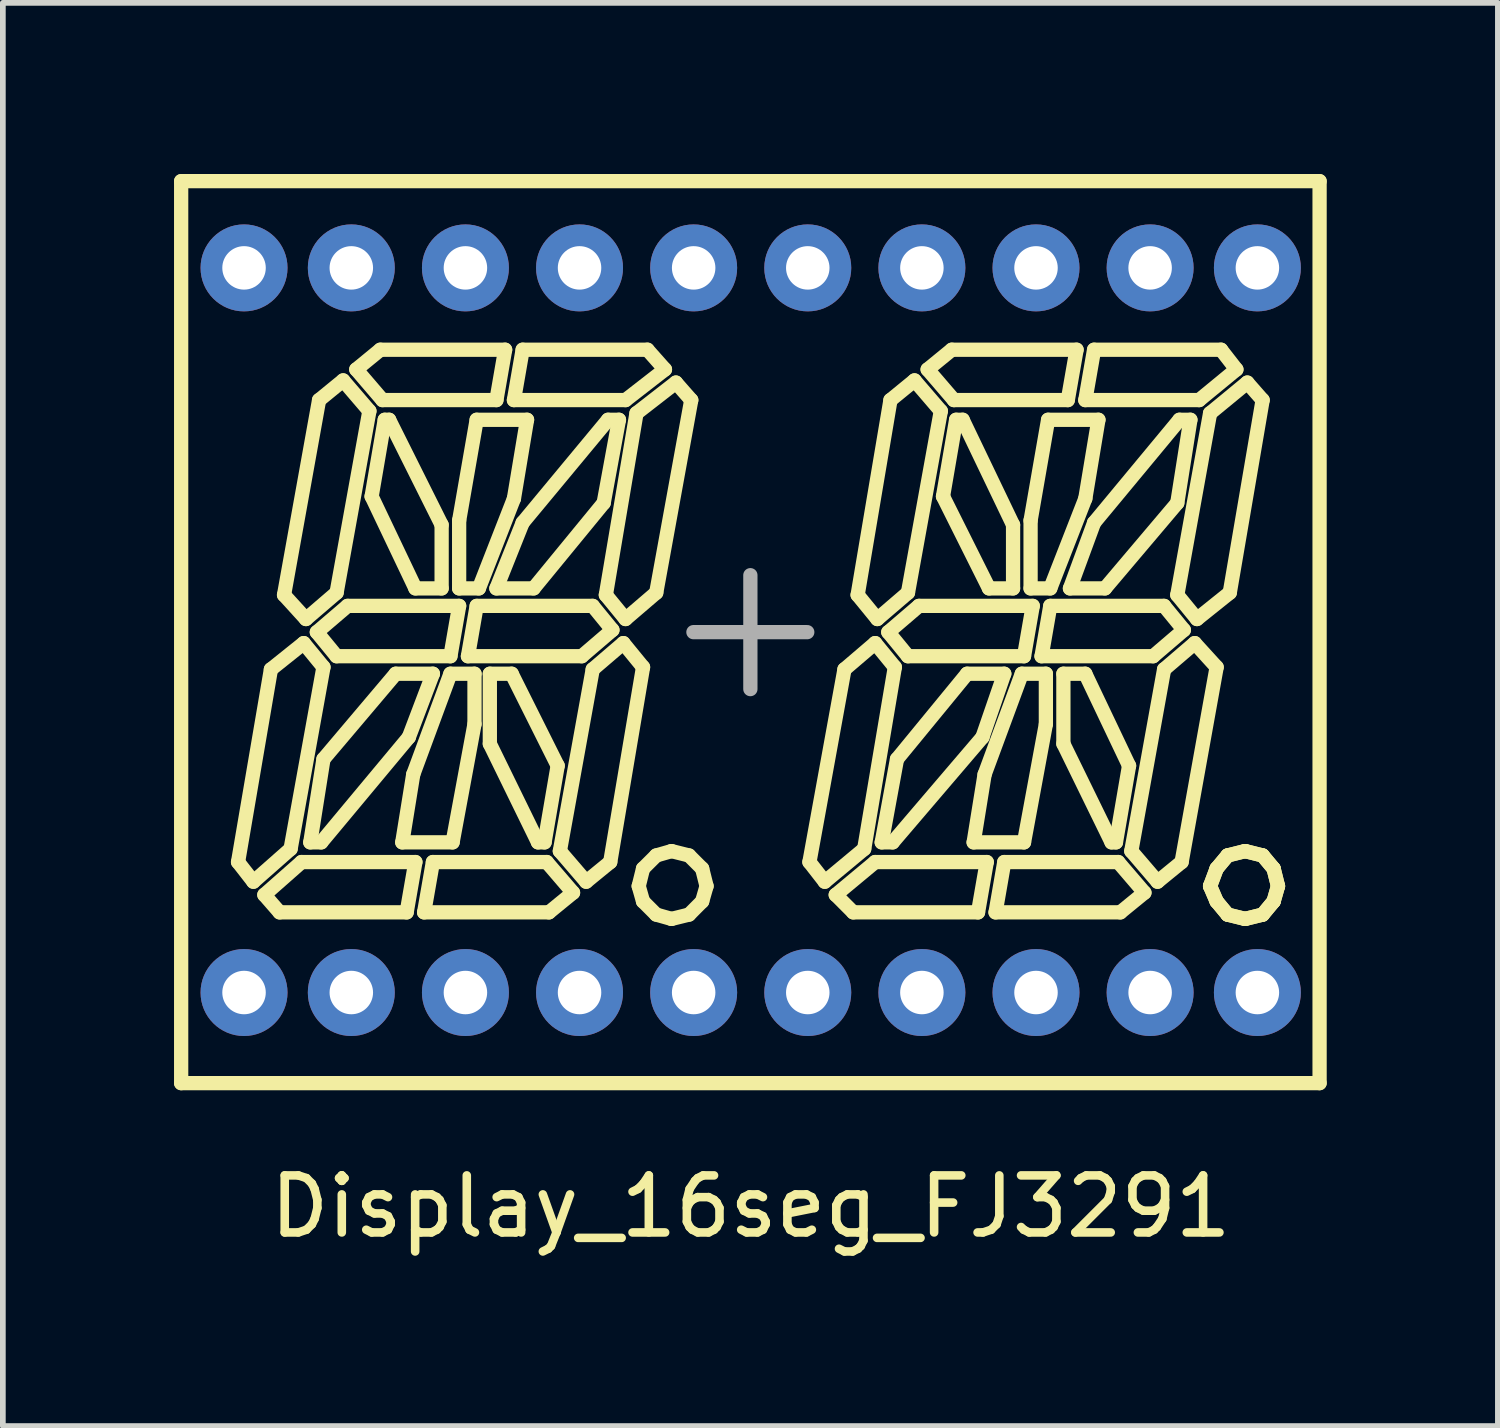
<source format=kicad_pcb>
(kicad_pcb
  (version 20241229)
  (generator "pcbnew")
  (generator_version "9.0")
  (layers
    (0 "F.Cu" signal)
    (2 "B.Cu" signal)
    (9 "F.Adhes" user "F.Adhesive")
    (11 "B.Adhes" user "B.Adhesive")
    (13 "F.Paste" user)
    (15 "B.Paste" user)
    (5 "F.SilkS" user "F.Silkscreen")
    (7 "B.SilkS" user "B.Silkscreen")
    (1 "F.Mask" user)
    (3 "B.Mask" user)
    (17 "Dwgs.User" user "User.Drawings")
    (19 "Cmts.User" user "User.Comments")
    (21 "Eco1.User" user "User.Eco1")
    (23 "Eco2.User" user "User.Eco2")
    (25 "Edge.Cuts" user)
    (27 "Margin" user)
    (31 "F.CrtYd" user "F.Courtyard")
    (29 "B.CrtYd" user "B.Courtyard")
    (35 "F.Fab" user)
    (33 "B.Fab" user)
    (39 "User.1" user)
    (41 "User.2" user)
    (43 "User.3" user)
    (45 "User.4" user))
  (footprint "Display_16seg_FJ3291"
    (layer "F.Cu")
    (at 10.107 7.995)
    (property "Reference" "Display_16seg_FJ3291" (at 0 10.1 0) (layer "F.SilkS") (effects (font (size 1 1) (thickness 0.15))))
    (attr through_hole)
    (fp_line (start -9.982 -7.87) (end 9.97 -7.87) (stroke (width 0.25) (type solid)) (layer "F.SilkS"))
    (fp_line (start -9.982 7.938) (end -9.982 -7.87) (stroke (width 0.25) (type solid)) (layer "F.SilkS"))
    (fp_line (start -8.716 4.408) (end -8.985 4.063) (stroke (width 0.25) (type solid)) (layer "F.SilkS"))
    (fp_line (start -8.409 0.686) (end -8.985 4.063) (stroke (width 0.25) (type solid)) (layer "F.SilkS"))
    (fp_line (start -8.409 0.686) (end -7.834 0.226) (stroke (width 0.25) (type solid)) (layer "F.SilkS"))
    (fp_line (start -8.256 4.945) (end -8.524 4.638) (stroke (width 0.25) (type solid)) (layer "F.SilkS"))
    (fp_line (start -8.256 4.945) (end -6.03 4.945) (stroke (width 0.25) (type solid)) (layer "F.SilkS"))
    (fp_line (start -8.064 3.833) (end -8.716 4.408) (stroke (width 0.25) (type solid)) (layer "F.SilkS"))
    (fp_line (start -8.064 3.833) (end -7.488 0.648) (stroke (width 0.25) (type solid)) (layer "F.SilkS"))
    (fp_line (start -7.872 4.063) (end -8.524 4.638) (stroke (width 0.25) (type solid)) (layer "F.SilkS"))
    (fp_line (start -7.834 0.226) (end -7.488 0.648) (stroke (width 0.25) (type solid)) (layer "F.SilkS"))
    (fp_line (start -7.795 -0.196) (end -8.179 -0.618) (stroke (width 0.25) (type solid)) (layer "F.SilkS"))
    (fp_line (start -7.604 0.034) (end -7.258 0.456) (stroke (width 0.25) (type solid)) (layer "F.SilkS"))
    (fp_line (start -7.604 0.034) (end -7.066 -0.426) (stroke (width 0.25) (type solid)) (layer "F.SilkS"))
    (fp_line (start -7.565 -4.033) (end -8.179 -0.618) (stroke (width 0.25) (type solid)) (layer "F.SilkS"))
    (fp_line (start -7.565 -4.033) (end -7.143 -4.378) (stroke (width 0.25) (type solid)) (layer "F.SilkS"))
    (fp_line (start -7.527 3.718) (end -7.719 3.718) (stroke (width 0.25) (type solid)) (layer "F.SilkS"))
    (fp_line (start -7.527 3.718) (end -5.992 1.876) (stroke (width 0.25) (type solid)) (layer "F.SilkS"))
    (fp_line (start -7.488 2.259) (end -7.719 3.718) (stroke (width 0.25) (type solid)) (layer "F.SilkS"))
    (fp_line (start -7.258 -0.657) (end -7.795 -0.196) (stroke (width 0.25) (type solid)) (layer "F.SilkS"))
    (fp_line (start -7.258 -0.657) (end -6.683 -3.841) (stroke (width 0.25) (type solid)) (layer "F.SilkS"))
    (fp_line (start -7.258 0.456) (end -5.263 0.456) (stroke (width 0.25) (type solid)) (layer "F.SilkS"))
    (fp_line (start -7.143 -4.378) (end -6.683 -3.841) (stroke (width 0.25) (type solid)) (layer "F.SilkS"))
    (fp_line (start -6.913 -4.57) (end -6.491 -4.916) (stroke (width 0.25) (type solid)) (layer "F.SilkS"))
    (fp_line (start -6.913 -4.57) (end -6.453 -4.033) (stroke (width 0.25) (type solid)) (layer "F.SilkS"))
    (fp_line (start -6.644 -2.345) (end -5.877 -0.733) (stroke (width 0.25) (type solid)) (layer "F.SilkS"))
    (fp_line (start -6.453 -4.033) (end -4.457 -4.033) (stroke (width 0.25) (type solid)) (layer "F.SilkS"))
    (fp_line (start -6.414 -3.688) (end -6.644 -2.345) (stroke (width 0.25) (type solid)) (layer "F.SilkS"))
    (fp_line (start -6.414 -3.688) (end -6.337 -3.688) (stroke (width 0.25) (type solid)) (layer "F.SilkS"))
    (fp_line (start -6.222 0.763) (end -7.488 2.259) (stroke (width 0.25) (type solid)) (layer "F.SilkS"))
    (fp_line (start -6.222 0.763) (end -5.57 0.763) (stroke (width 0.25) (type solid)) (layer "F.SilkS"))
    (fp_line (start -6.107 3.718) (end -5.225 3.718) (stroke (width 0.25) (type solid)) (layer "F.SilkS"))
    (fp_line (start -6.03 4.945) (end -5.877 4.063) (stroke (width 0.25) (type solid)) (layer "F.SilkS"))
    (fp_line (start -5.915 2.528) (end -6.107 3.718) (stroke (width 0.25) (type solid)) (layer "F.SilkS"))
    (fp_line (start -5.877 4.063) (end -7.872 4.063) (stroke (width 0.25) (type solid)) (layer "F.SilkS"))
    (fp_line (start -5.724 4.945) (end -3.536 4.945) (stroke (width 0.25) (type solid)) (layer "F.SilkS"))
    (fp_line (start -5.57 0.763) (end -5.992 1.876) (stroke (width 0.25) (type solid)) (layer "F.SilkS"))
    (fp_line (start -5.57 4.063) (end -5.724 4.945) (stroke (width 0.25) (type solid)) (layer "F.SilkS"))
    (fp_line (start -5.417 -1.846) (end -6.337 -3.688) (stroke (width 0.25) (type solid)) (layer "F.SilkS"))
    (fp_line (start -5.417 -0.733) (end -5.877 -0.733) (stroke (width 0.25) (type solid)) (layer "F.SilkS"))
    (fp_line (start -5.417 -0.733) (end -5.417 -1.846) (stroke (width 0.25) (type solid)) (layer "F.SilkS"))
    (fp_line (start -5.263 0.456) (end -5.11 -0.426) (stroke (width 0.25) (type solid)) (layer "F.SilkS"))
    (fp_line (start -5.263 0.763) (end -5.915 2.528) (stroke (width 0.25) (type solid)) (layer "F.SilkS"))
    (fp_line (start -5.225 3.718) (end -4.841 1.646) (stroke (width 0.25) (type solid)) (layer "F.SilkS"))
    (fp_line (start -5.11 -1.923) (end -5.11 -0.733) (stroke (width 0.25) (type solid)) (layer "F.SilkS"))
    (fp_line (start -5.11 -0.733) (end -4.764 -0.733) (stroke (width 0.25) (type solid)) (layer "F.SilkS"))
    (fp_line (start -5.11 -0.426) (end -7.066 -0.426) (stroke (width 0.25) (type solid)) (layer "F.SilkS"))
    (fp_line (start -4.956 0.456) (end -2.961 0.456) (stroke (width 0.25) (type solid)) (layer "F.SilkS"))
    (fp_line (start -4.841 0.763) (end -5.263 0.763) (stroke (width 0.25) (type solid)) (layer "F.SilkS"))
    (fp_line (start -4.841 1.646) (end -4.841 0.763) (stroke (width 0.25) (type solid)) (layer "F.SilkS"))
    (fp_line (start -4.803 -3.688) (end -5.11 -1.923) (stroke (width 0.25) (type solid)) (layer "F.SilkS"))
    (fp_line (start -4.803 -0.426) (end -4.956 0.456) (stroke (width 0.25) (type solid)) (layer "F.SilkS"))
    (fp_line (start -4.764 -0.733) (end -4.15 -2.306) (stroke (width 0.25) (type solid)) (layer "F.SilkS"))
    (fp_line (start -4.572 0.763) (end -4.572 1.991) (stroke (width 0.25) (type solid)) (layer "F.SilkS"))
    (fp_line (start -4.572 0.763) (end -4.189 0.763) (stroke (width 0.25) (type solid)) (layer "F.SilkS"))
    (fp_line (start -4.572 1.991) (end -3.728 3.718) (stroke (width 0.25) (type solid)) (layer "F.SilkS"))
    (fp_line (start -4.457 -4.033) (end -4.304 -4.916) (stroke (width 0.25) (type solid)) (layer "F.SilkS"))
    (fp_line (start -4.304 -4.916) (end -6.491 -4.916) (stroke (width 0.25) (type solid)) (layer "F.SilkS"))
    (fp_line (start -4.15 -4.033) (end -2.194 -4.033) (stroke (width 0.25) (type solid)) (layer "F.SilkS"))
    (fp_line (start -4.15 -2.306) (end -3.92 -3.688) (stroke (width 0.25) (type solid)) (layer "F.SilkS"))
    (fp_line (start -3.997 -4.916) (end -4.15 -4.033) (stroke (width 0.25) (type solid)) (layer "F.SilkS"))
    (fp_line (start -3.997 -1.884) (end -4.457 -0.733) (stroke (width 0.25) (type solid)) (layer "F.SilkS"))
    (fp_line (start -3.92 -3.688) (end -4.803 -3.688) (stroke (width 0.25) (type solid)) (layer "F.SilkS"))
    (fp_line (start -3.805 -0.733) (end -4.457 -0.733) (stroke (width 0.25) (type solid)) (layer "F.SilkS"))
    (fp_line (start -3.805 -0.733) (end -2.577 -2.23) (stroke (width 0.25) (type solid)) (layer "F.SilkS"))
    (fp_line (start -3.613 3.718) (end -3.728 3.718) (stroke (width 0.25) (type solid)) (layer "F.SilkS"))
    (fp_line (start -3.613 3.718) (end -3.383 2.375) (stroke (width 0.25) (type solid)) (layer "F.SilkS"))
    (fp_line (start -3.575 4.063) (end -5.57 4.063) (stroke (width 0.25) (type solid)) (layer "F.SilkS"))
    (fp_line (start -3.383 2.375) (end -4.189 0.763) (stroke (width 0.25) (type solid)) (layer "F.SilkS"))
    (fp_line (start -3.114 4.6) (end -3.575 4.063) (stroke (width 0.25) (type solid)) (layer "F.SilkS"))
    (fp_line (start -3.114 4.6) (end -3.536 4.945) (stroke (width 0.25) (type solid)) (layer "F.SilkS"))
    (fp_line (start -2.961 0.456) (end -2.424 -0.004) (stroke (width 0.25) (type solid)) (layer "F.SilkS"))
    (fp_line (start -2.884 4.408) (end -3.345 3.871) (stroke (width 0.25) (type solid)) (layer "F.SilkS"))
    (fp_line (start -2.769 -0.426) (end -4.803 -0.426) (stroke (width 0.25) (type solid)) (layer "F.SilkS"))
    (fp_line (start -2.769 0.686) (end -3.345 3.871) (stroke (width 0.25) (type solid)) (layer "F.SilkS"))
    (fp_line (start -2.769 0.686) (end -2.232 0.226) (stroke (width 0.25) (type solid)) (layer "F.SilkS"))
    (fp_line (start -2.577 -2.23) (end -2.309 -3.688) (stroke (width 0.25) (type solid)) (layer "F.SilkS"))
    (fp_line (start -2.5 -3.688) (end -3.997 -1.884) (stroke (width 0.25) (type solid)) (layer "F.SilkS"))
    (fp_line (start -2.5 -3.688) (end -2.309 -3.688) (stroke (width 0.25) (type solid)) (layer "F.SilkS"))
    (fp_line (start -2.462 4.063) (end -2.884 4.408) (stroke (width 0.25) (type solid)) (layer "F.SilkS"))
    (fp_line (start -2.462 4.063) (end -1.887 0.648) (stroke (width 0.25) (type solid)) (layer "F.SilkS"))
    (fp_line (start -2.424 -0.004) (end -2.769 -0.426) (stroke (width 0.25) (type solid)) (layer "F.SilkS"))
    (fp_line (start -2.232 0.226) (end -1.887 0.648) (stroke (width 0.25) (type solid)) (layer "F.SilkS"))
    (fp_line (start -2.194 -4.033) (end -1.503 -4.57) (stroke (width 0.25) (type solid)) (layer "F.SilkS"))
    (fp_line (start -2.194 -0.196) (end -2.539 -0.618) (stroke (width 0.25) (type solid)) (layer "F.SilkS"))
    (fp_line (start -2.002 -3.803) (end -2.539 -0.618) (stroke (width 0.25) (type solid)) (layer "F.SilkS"))
    (fp_line (start -2.002 -3.803) (end -1.311 -4.34) (stroke (width 0.25) (type solid)) (layer "F.SilkS"))
    (fp_line (start -1.963 4.485) (end -1.887 4.753) (stroke (width 0.25) (type solid)) (layer "F.SilkS"))
    (fp_line (start -1.887 4.178) (end -1.963 4.485) (stroke (width 0.25) (type solid)) (layer "F.SilkS"))
    (fp_line (start -1.887 4.753) (end -1.656 4.984) (stroke (width 0.25) (type solid)) (layer "F.SilkS"))
    (fp_line (start -1.81 -4.916) (end -3.997 -4.916) (stroke (width 0.25) (type solid)) (layer "F.SilkS"))
    (fp_line (start -1.81 -4.916) (end -1.503 -4.57) (stroke (width 0.25) (type solid)) (layer "F.SilkS"))
    (fp_line (start -1.656 -0.657) (end -2.194 -0.196) (stroke (width 0.25) (type solid)) (layer "F.SilkS"))
    (fp_line (start -1.656 -0.657) (end -1.042 -4.033) (stroke (width 0.25) (type solid)) (layer "F.SilkS"))
    (fp_line (start -1.656 3.948) (end -1.887 4.178) (stroke (width 0.25) (type solid)) (layer "F.SilkS"))
    (fp_line (start -1.656 4.984) (end -1.388 5.06) (stroke (width 0.25) (type solid)) (layer "F.SilkS"))
    (fp_line (start -1.388 3.871) (end -1.656 3.948) (stroke (width 0.25) (type solid)) (layer "F.SilkS"))
    (fp_line (start -1.388 5.06) (end -1.081 4.984) (stroke (width 0.25) (type solid)) (layer "F.SilkS"))
    (fp_line (start -1.311 -4.34) (end -1.042 -4.033) (stroke (width 0.25) (type solid)) (layer "F.SilkS"))
    (fp_line (start -1.081 3.948) (end -1.388 3.871) (stroke (width 0.25) (type solid)) (layer "F.SilkS"))
    (fp_line (start -1.081 4.984) (end -0.851 4.753) (stroke (width 0.25) (type solid)) (layer "F.SilkS"))
    (fp_line (start -0.851 4.178) (end -1.081 3.948) (stroke (width 0.25) (type solid)) (layer "F.SilkS"))
    (fp_line (start -0.851 4.753) (end -0.774 4.485) (stroke (width 0.25) (type solid)) (layer "F.SilkS"))
    (fp_line (start -0.774 4.485) (end -0.851 4.178) (stroke (width 0.25) (type solid)) (layer "F.SilkS"))
    (fp_line (start 1.298 4.408) (end 1.029 4.063) (stroke (width 0.25) (type solid)) (layer "F.SilkS"))
    (fp_line (start 1.643 0.686) (end 1.029 4.063) (stroke (width 0.25) (type solid)) (layer "F.SilkS"))
    (fp_line (start 1.643 0.686) (end 2.181 0.226) (stroke (width 0.25) (type solid)) (layer "F.SilkS"))
    (fp_line (start 1.797 4.945) (end 1.49 4.638) (stroke (width 0.25) (type solid)) (layer "F.SilkS"))
    (fp_line (start 1.797 4.945) (end 3.984 4.945) (stroke (width 0.25) (type solid)) (layer "F.SilkS"))
    (fp_line (start 1.989 3.833) (end 1.298 4.408) (stroke (width 0.25) (type solid)) (layer "F.SilkS"))
    (fp_line (start 1.989 3.833) (end 2.526 0.648) (stroke (width 0.25) (type solid)) (layer "F.SilkS"))
    (fp_line (start 2.181 0.226) (end 2.526 0.648) (stroke (width 0.25) (type solid)) (layer "F.SilkS"))
    (fp_line (start 2.181 4.063) (end 1.49 4.638) (stroke (width 0.25) (type solid)) (layer "F.SilkS"))
    (fp_line (start 2.219 -0.196) (end 1.874 -0.618) (stroke (width 0.25) (type solid)) (layer "F.SilkS"))
    (fp_line (start 2.411 0.034) (end 2.756 0.456) (stroke (width 0.25) (type solid)) (layer "F.SilkS"))
    (fp_line (start 2.411 0.034) (end 2.948 -0.426) (stroke (width 0.25) (type solid)) (layer "F.SilkS"))
    (fp_line (start 2.449 -4.033) (end 1.874 -0.618) (stroke (width 0.25) (type solid)) (layer "F.SilkS"))
    (fp_line (start 2.449 -4.033) (end 2.871 -4.378) (stroke (width 0.25) (type solid)) (layer "F.SilkS"))
    (fp_line (start 2.488 3.718) (end 2.296 3.718) (stroke (width 0.25) (type solid)) (layer "F.SilkS"))
    (fp_line (start 2.488 3.718) (end 4.061 1.876) (stroke (width 0.25) (type solid)) (layer "F.SilkS"))
    (fp_line (start 2.564 2.259) (end 2.296 3.718) (stroke (width 0.25) (type solid)) (layer "F.SilkS"))
    (fp_line (start 2.756 -0.657) (end 2.219 -0.196) (stroke (width 0.25) (type solid)) (layer "F.SilkS"))
    (fp_line (start 2.756 -0.657) (end 3.332 -3.841) (stroke (width 0.25) (type solid)) (layer "F.SilkS"))
    (fp_line (start 2.756 0.456) (end 4.79 0.456) (stroke (width 0.25) (type solid)) (layer "F.SilkS"))
    (fp_line (start 2.871 -4.378) (end 3.332 -3.841) (stroke (width 0.25) (type solid)) (layer "F.SilkS"))
    (fp_line (start 3.101 -4.57) (end 3.524 -4.916) (stroke (width 0.25) (type solid)) (layer "F.SilkS"))
    (fp_line (start 3.101 -4.57) (end 3.562 -4.033) (stroke (width 0.25) (type solid)) (layer "F.SilkS"))
    (fp_line (start 3.37 -2.345) (end 4.176 -0.733) (stroke (width 0.25) (type solid)) (layer "F.SilkS"))
    (fp_line (start 3.562 -4.033) (end 5.557 -4.033) (stroke (width 0.25) (type solid)) (layer "F.SilkS"))
    (fp_line (start 3.6 -3.688) (end 3.37 -2.345) (stroke (width 0.25) (type solid)) (layer "F.SilkS"))
    (fp_line (start 3.6 -3.688) (end 3.715 -3.688) (stroke (width 0.25) (type solid)) (layer "F.SilkS"))
    (fp_line (start 3.792 0.763) (end 2.564 2.259) (stroke (width 0.25) (type solid)) (layer "F.SilkS"))
    (fp_line (start 3.792 0.763) (end 4.444 0.763) (stroke (width 0.25) (type solid)) (layer "F.SilkS"))
    (fp_line (start 3.907 3.718) (end 4.099 2.528) (stroke (width 0.25) (type solid)) (layer "F.SilkS"))
    (fp_line (start 3.907 3.718) (end 4.79 3.718) (stroke (width 0.25) (type solid)) (layer "F.SilkS"))
    (fp_line (start 3.984 4.945) (end 4.137 4.063) (stroke (width 0.25) (type solid)) (layer "F.SilkS"))
    (fp_line (start 4.099 2.528) (end 4.751 0.763) (stroke (width 0.25) (type solid)) (layer "F.SilkS"))
    (fp_line (start 4.137 4.063) (end 2.181 4.063) (stroke (width 0.25) (type solid)) (layer "F.SilkS"))
    (fp_line (start 4.291 4.945) (end 6.478 4.945) (stroke (width 0.25) (type solid)) (layer "F.SilkS"))
    (fp_line (start 4.444 0.763) (end 4.061 1.876) (stroke (width 0.25) (type solid)) (layer "F.SilkS"))
    (fp_line (start 4.444 4.063) (end 4.291 4.945) (stroke (width 0.25) (type solid)) (layer "F.SilkS"))
    (fp_line (start 4.598 -1.846) (end 3.715 -3.688) (stroke (width 0.25) (type solid)) (layer "F.SilkS"))
    (fp_line (start 4.598 -1.846) (end 4.598 -0.733) (stroke (width 0.25) (type solid)) (layer "F.SilkS"))
    (fp_line (start 4.598 -0.733) (end 4.176 -0.733) (stroke (width 0.25) (type solid)) (layer "F.SilkS"))
    (fp_line (start 4.79 0.456) (end 4.943 -0.426) (stroke (width 0.25) (type solid)) (layer "F.SilkS"))
    (fp_line (start 4.79 3.718) (end 5.173 1.646) (stroke (width 0.25) (type solid)) (layer "F.SilkS"))
    (fp_line (start 4.905 -1.923) (end 4.905 -0.733) (stroke (width 0.25) (type solid)) (layer "F.SilkS"))
    (fp_line (start 4.905 -0.733) (end 5.25 -0.733) (stroke (width 0.25) (type solid)) (layer "F.SilkS"))
    (fp_line (start 4.943 -0.426) (end 2.948 -0.426) (stroke (width 0.25) (type solid)) (layer "F.SilkS"))
    (fp_line (start 5.097 0.456) (end 7.053 0.456) (stroke (width 0.25) (type solid)) (layer "F.SilkS"))
    (fp_line (start 5.173 0.763) (end 4.751 0.763) (stroke (width 0.25) (type solid)) (layer "F.SilkS"))
    (fp_line (start 5.173 1.646) (end 5.173 0.763) (stroke (width 0.25) (type solid)) (layer "F.SilkS"))
    (fp_line (start 5.212 -3.688) (end 4.905 -1.923) (stroke (width 0.25) (type solid)) (layer "F.SilkS"))
    (fp_line (start 5.25 -0.733) (end 5.864 -2.306) (stroke (width 0.25) (type solid)) (layer "F.SilkS"))
    (fp_line (start 5.25 -0.426) (end 5.097 0.456) (stroke (width 0.25) (type solid)) (layer "F.SilkS"))
    (fp_line (start 5.48 0.763) (end 5.864 0.763) (stroke (width 0.25) (type solid)) (layer "F.SilkS"))
    (fp_line (start 5.48 1.991) (end 5.48 0.763) (stroke (width 0.25) (type solid)) (layer "F.SilkS"))
    (fp_line (start 5.48 1.991) (end 6.324 3.718) (stroke (width 0.25) (type solid)) (layer "F.SilkS"))
    (fp_line (start 5.557 -4.033) (end 5.711 -4.916) (stroke (width 0.25) (type solid)) (layer "F.SilkS"))
    (fp_line (start 5.595 -0.733) (end 6.018 -1.884) (stroke (width 0.25) (type solid)) (layer "F.SilkS"))
    (fp_line (start 5.711 -4.916) (end 3.524 -4.916) (stroke (width 0.25) (type solid)) (layer "F.SilkS"))
    (fp_line (start 5.864 -4.033) (end 7.859 -4.033) (stroke (width 0.25) (type solid)) (layer "F.SilkS"))
    (fp_line (start 5.864 -2.306) (end 6.094 -3.688) (stroke (width 0.25) (type solid)) (layer "F.SilkS"))
    (fp_line (start 6.018 -4.916) (end 5.864 -4.033) (stroke (width 0.25) (type solid)) (layer "F.SilkS"))
    (fp_line (start 6.094 -3.688) (end 5.212 -3.688) (stroke (width 0.25) (type solid)) (layer "F.SilkS"))
    (fp_line (start 6.209 -0.733) (end 5.595 -0.733) (stroke (width 0.25) (type solid)) (layer "F.SilkS"))
    (fp_line (start 6.209 -0.733) (end 7.476 -2.23) (stroke (width 0.25) (type solid)) (layer "F.SilkS"))
    (fp_line (start 6.401 3.718) (end 6.324 3.718) (stroke (width 0.25) (type solid)) (layer "F.SilkS"))
    (fp_line (start 6.401 3.718) (end 6.631 2.375) (stroke (width 0.25) (type solid)) (layer "F.SilkS"))
    (fp_line (start 6.44 4.063) (end 4.444 4.063) (stroke (width 0.25) (type solid)) (layer "F.SilkS"))
    (fp_line (start 6.631 2.375) (end 5.864 0.763) (stroke (width 0.25) (type solid)) (layer "F.SilkS"))
    (fp_line (start 6.9 4.6) (end 6.44 4.063) (stroke (width 0.25) (type solid)) (layer "F.SilkS"))
    (fp_line (start 6.9 4.6) (end 6.478 4.945) (stroke (width 0.25) (type solid)) (layer "F.SilkS"))
    (fp_line (start 7.053 0.456) (end 7.591 -0.004) (stroke (width 0.25) (type solid)) (layer "F.SilkS"))
    (fp_line (start 7.13 4.408) (end 6.67 3.871) (stroke (width 0.25) (type solid)) (layer "F.SilkS"))
    (fp_line (start 7.245 -0.426) (end 5.25 -0.426) (stroke (width 0.25) (type solid)) (layer "F.SilkS"))
    (fp_line (start 7.245 0.686) (end 6.67 3.871) (stroke (width 0.25) (type solid)) (layer "F.SilkS"))
    (fp_line (start 7.245 0.686) (end 7.782 0.226) (stroke (width 0.25) (type solid)) (layer "F.SilkS"))
    (fp_line (start 7.476 -2.23) (end 7.706 -3.688) (stroke (width 0.25) (type solid)) (layer "F.SilkS"))
    (fp_line (start 7.514 -3.688) (end 6.018 -1.884) (stroke (width 0.25) (type solid)) (layer "F.SilkS"))
    (fp_line (start 7.514 -3.688) (end 7.706 -3.688) (stroke (width 0.25) (type solid)) (layer "F.SilkS"))
    (fp_line (start 7.552 4.063) (end 7.13 4.408) (stroke (width 0.25) (type solid)) (layer "F.SilkS"))
    (fp_line (start 7.552 4.063) (end 8.166 0.648) (stroke (width 0.25) (type solid)) (layer "F.SilkS"))
    (fp_line (start 7.591 -0.004) (end 7.245 -0.426) (stroke (width 0.25) (type solid)) (layer "F.SilkS"))
    (fp_line (start 7.782 0.226) (end 8.166 0.648) (stroke (width 0.25) (type solid)) (layer "F.SilkS"))
    (fp_line (start 7.821 -0.196) (end 7.476 -0.618) (stroke (width 0.25) (type solid)) (layer "F.SilkS"))
    (fp_line (start 7.859 -4.033) (end 8.512 -4.57) (stroke (width 0.25) (type solid)) (layer "F.SilkS"))
    (fp_line (start 8.051 -3.803) (end 7.476 -0.618) (stroke (width 0.25) (type solid)) (layer "F.SilkS"))
    (fp_line (start 8.051 -3.803) (end 8.703 -4.34) (stroke (width 0.25) (type solid)) (layer "F.SilkS"))
    (fp_line (start 8.051 4.485) (end 8.166 4.753) (stroke (width 0.25) (type solid)) (layer "F.SilkS"))
    (fp_line (start 8.051 4.485) (end 8.166 4.753) (stroke (width 0.25) (type solid)) (layer "F.SilkS"))
    (fp_line (start 8.166 4.178) (end 8.051 4.485) (stroke (width 0.25) (type solid)) (layer "F.SilkS"))
    (fp_line (start 8.166 4.178) (end 8.051 4.485) (stroke (width 0.25) (type solid)) (layer "F.SilkS"))
    (fp_line (start 8.166 4.753) (end 8.358 4.984) (stroke (width 0.25) (type solid)) (layer "F.SilkS"))
    (fp_line (start 8.166 4.753) (end 8.358 4.984) (stroke (width 0.25) (type solid)) (layer "F.SilkS"))
    (fp_line (start 8.243 -4.916) (end 6.018 -4.916) (stroke (width 0.25) (type solid)) (layer "F.SilkS"))
    (fp_line (start 8.243 -4.916) (end 8.512 -4.57) (stroke (width 0.25) (type solid)) (layer "F.SilkS"))
    (fp_line (start 8.358 3.948) (end 8.166 4.178) (stroke (width 0.25) (type solid)) (layer "F.SilkS"))
    (fp_line (start 8.358 3.948) (end 8.166 4.178) (stroke (width 0.25) (type solid)) (layer "F.SilkS"))
    (fp_line (start 8.358 4.984) (end 8.665 5.06) (stroke (width 0.25) (type solid)) (layer "F.SilkS"))
    (fp_line (start 8.358 4.984) (end 8.665 5.06) (stroke (width 0.25) (type solid)) (layer "F.SilkS"))
    (fp_line (start 8.396 -0.657) (end 7.821 -0.196) (stroke (width 0.25) (type solid)) (layer "F.SilkS"))
    (fp_line (start 8.396 -0.657) (end 8.972 -4.033) (stroke (width 0.25) (type solid)) (layer "F.SilkS"))
    (fp_line (start 8.665 3.871) (end 8.358 3.948) (stroke (width 0.25) (type solid)) (layer "F.SilkS"))
    (fp_line (start 8.665 3.871) (end 8.358 3.948) (stroke (width 0.25) (type solid)) (layer "F.SilkS"))
    (fp_line (start 8.665 5.06) (end 8.972 4.984) (stroke (width 0.25) (type solid)) (layer "F.SilkS"))
    (fp_line (start 8.665 5.06) (end 8.972 4.984) (stroke (width 0.25) (type solid)) (layer "F.SilkS"))
    (fp_line (start 8.703 -4.34) (end 8.972 -4.033) (stroke (width 0.25) (type solid)) (layer "F.SilkS"))
    (fp_line (start 8.972 3.948) (end 8.665 3.871) (stroke (width 0.25) (type solid)) (layer "F.SilkS"))
    (fp_line (start 8.972 3.948) (end 8.665 3.871) (stroke (width 0.25) (type solid)) (layer "F.SilkS"))
    (fp_line (start 8.972 4.984) (end 9.164 4.753) (stroke (width 0.25) (type solid)) (layer "F.SilkS"))
    (fp_line (start 8.972 4.984) (end 9.164 4.753) (stroke (width 0.25) (type solid)) (layer "F.SilkS"))
    (fp_line (start 9.164 4.178) (end 8.972 3.948) (stroke (width 0.25) (type solid)) (layer "F.SilkS"))
    (fp_line (start 9.164 4.178) (end 8.972 3.948) (stroke (width 0.25) (type solid)) (layer "F.SilkS"))
    (fp_line (start 9.164 4.753) (end 9.241 4.485) (stroke (width 0.25) (type solid)) (layer "F.SilkS"))
    (fp_line (start 9.164 4.753) (end 9.241 4.485) (stroke (width 0.25) (type solid)) (layer "F.SilkS"))
    (fp_line (start 9.241 4.485) (end 9.164 4.178) (stroke (width 0.25) (type solid)) (layer "F.SilkS"))
    (fp_line (start 9.241 4.485) (end 9.164 4.178) (stroke (width 0.25) (type solid)) (layer "F.SilkS"))
    (fp_line (start 9.97 -7.87) (end 9.97 7.938) (stroke (width 0.25) (type solid)) (layer "F.SilkS"))
    (fp_line (start 9.97 7.938) (end -9.982 7.938) (stroke (width 0.25) (type solid)) (layer "F.SilkS"))
    (fp_line (start -1.004 0.034) (end 0.991 0.034) (stroke (width 0.25) (type solid)) (layer "F.Fab"))
    (fp_line (start -0.006 1.032) (end -0.006 -0.964) (stroke (width 0.25) (type solid)) (layer "F.Fab"))
    (pad "1" thru_hole circle (at -8.88 6.35) (size 1.524 1.524) (drill 0.762) (layers "*.Cu" "*.Mask"))
    (pad "2" thru_hole circle (at -7 6.35) (size 1.524 1.524) (drill 0.762) (layers "*.Cu" "*.Mask"))
    (pad "3" thru_hole circle (at -5 6.35) (size 1.524 1.524) (drill 0.762) (layers "*.Cu" "*.Mask"))
    (pad "4" thru_hole circle (at -3 6.35) (size 1.524 1.524) (drill 0.762) (layers "*.Cu" "*.Mask"))
    (pad "5" thru_hole circle (at -1 6.35) (size 1.524 1.524) (drill 0.762) (layers "*.Cu" "*.Mask"))
    (pad "6" thru_hole circle (at 1 6.35) (size 1.524 1.524) (drill 0.762) (layers "*.Cu" "*.Mask"))
    (pad "7" thru_hole circle (at 3 6.35) (size 1.524 1.524) (drill 0.762) (layers "*.Cu" "*.Mask"))
    (pad "8" thru_hole circle (at 5 6.35) (size 1.524 1.524) (drill 0.762) (layers "*.Cu" "*.Mask"))
    (pad "9" thru_hole circle (at 7 6.35) (size 1.524 1.524) (drill 0.762) (layers "*.Cu" "*.Mask"))
    (pad "10" thru_hole circle (at 8.88 6.35) (size 1.524 1.524) (drill 0.762) (layers "*.Cu" "*.Mask"))
    (pad "11" thru_hole circle (at 8.88 -6.35) (size 1.524 1.524) (drill 0.762) (layers "*.Cu" "*.Mask"))
    (pad "12" thru_hole circle (at 7 -6.35) (size 1.524 1.524) (drill 0.762) (layers "*.Cu" "*.Mask"))
    (pad "13" thru_hole circle (at 5 -6.35) (size 1.524 1.524) (drill 0.762) (layers "*.Cu" "*.Mask"))
    (pad "14" thru_hole circle (at 3 -6.35) (size 1.524 1.524) (drill 0.762) (layers "*.Cu" "*.Mask"))
    (pad "15" thru_hole circle (at 1 -6.35) (size 1.524 1.524) (drill 0.762) (layers "*.Cu" "*.Mask"))
    (pad "16" thru_hole circle (at -1 -6.35) (size 1.524 1.524) (drill 0.762) (layers "*.Cu" "*.Mask"))
    (pad "17" thru_hole circle (at -3 -6.35) (size 1.524 1.524) (drill 0.762) (layers "*.Cu" "*.Mask"))
    (pad "18" thru_hole circle (at -5 -6.35) (size 1.524 1.524) (drill 0.762) (layers "*.Cu" "*.Mask"))
    (pad "19" thru_hole circle (at -7 -6.35) (size 1.524 1.524) (drill 0.762) (layers "*.Cu" "*.Mask"))
    (pad "20" thru_hole circle (at -8.88 -6.35) (size 1.524 1.524) (drill 0.762) (layers "*.Cu" "*.Mask")))
  (gr_rect
    (start -3 -3)
    (end 23.202 21.943)
    (stroke (width 0.1) (type default))
    (fill no)
    (layer "Edge.Cuts")))
</source>
